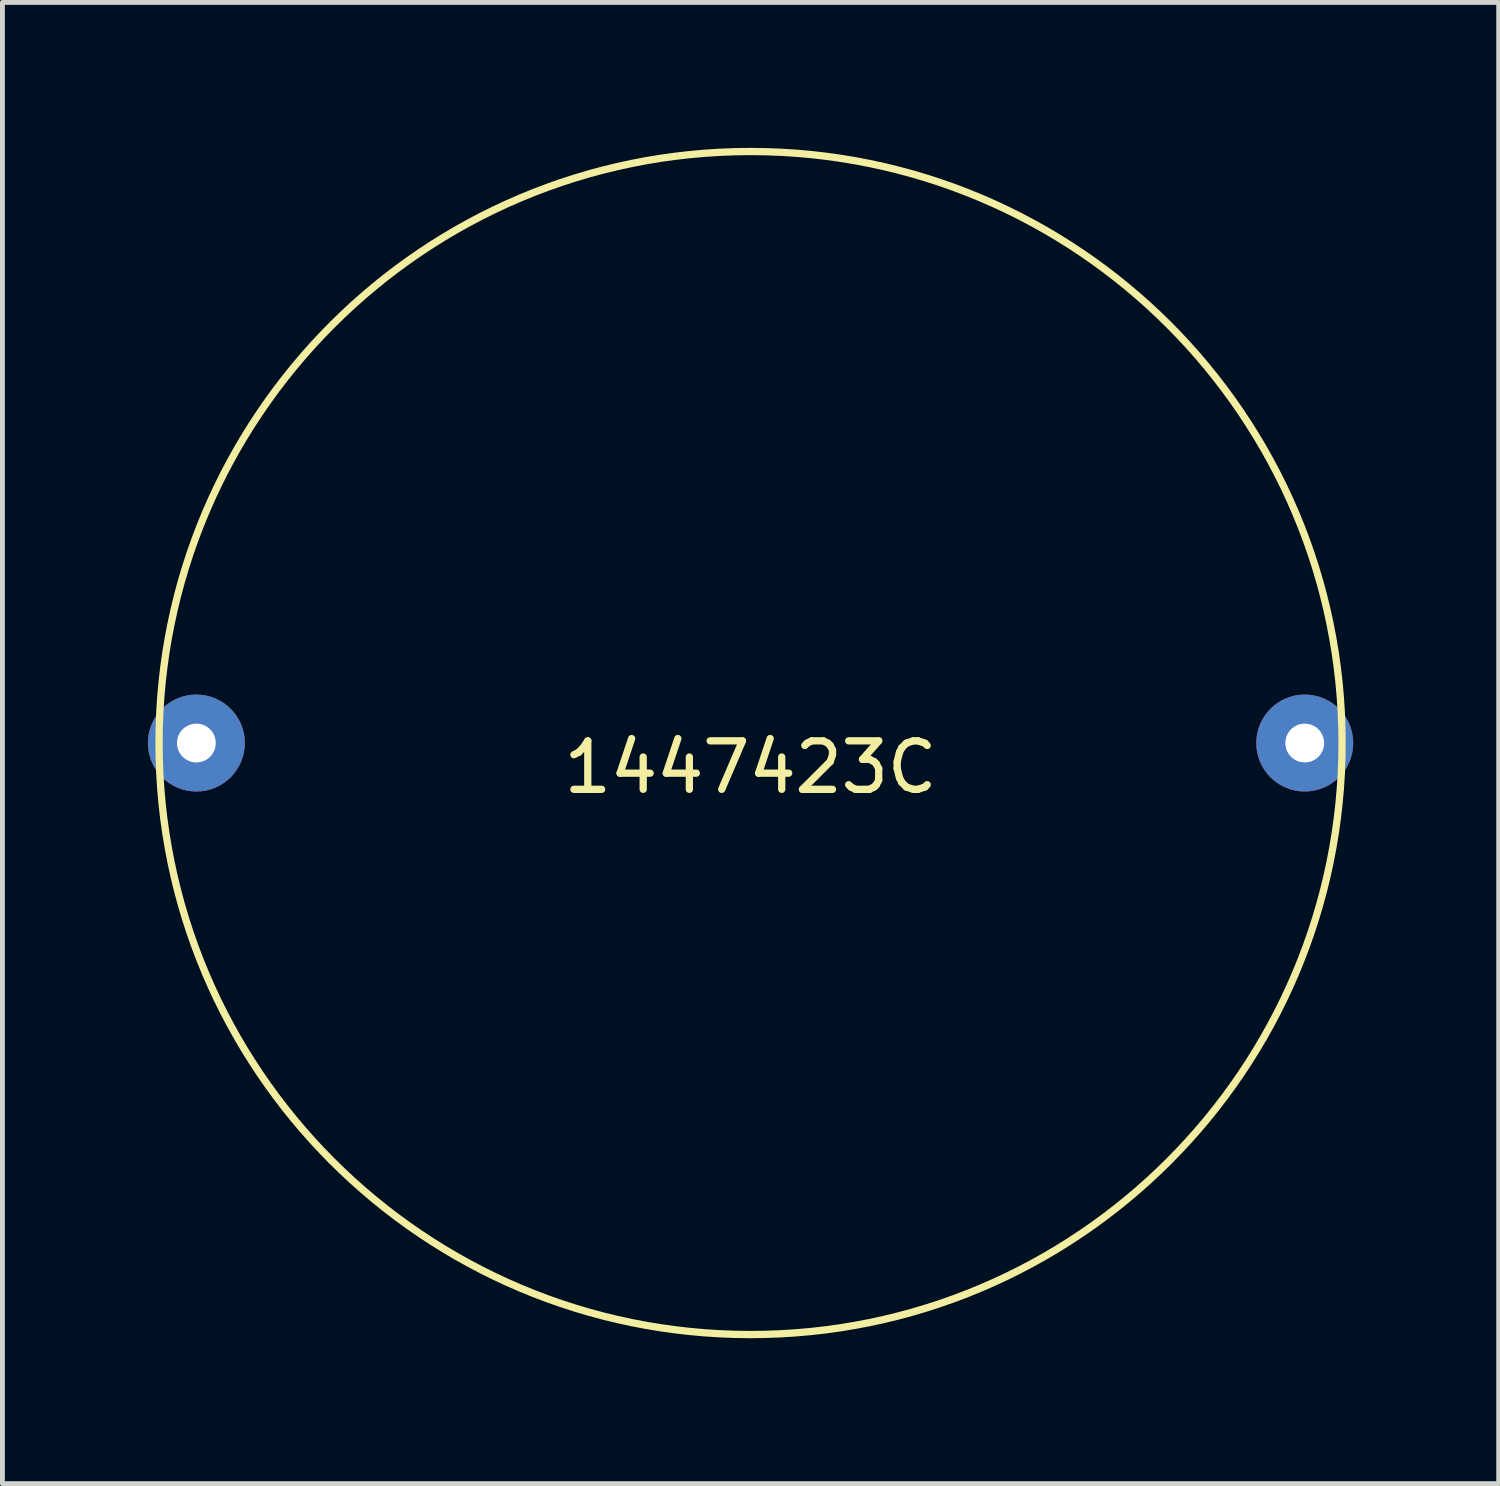
<source format=kicad_pcb>
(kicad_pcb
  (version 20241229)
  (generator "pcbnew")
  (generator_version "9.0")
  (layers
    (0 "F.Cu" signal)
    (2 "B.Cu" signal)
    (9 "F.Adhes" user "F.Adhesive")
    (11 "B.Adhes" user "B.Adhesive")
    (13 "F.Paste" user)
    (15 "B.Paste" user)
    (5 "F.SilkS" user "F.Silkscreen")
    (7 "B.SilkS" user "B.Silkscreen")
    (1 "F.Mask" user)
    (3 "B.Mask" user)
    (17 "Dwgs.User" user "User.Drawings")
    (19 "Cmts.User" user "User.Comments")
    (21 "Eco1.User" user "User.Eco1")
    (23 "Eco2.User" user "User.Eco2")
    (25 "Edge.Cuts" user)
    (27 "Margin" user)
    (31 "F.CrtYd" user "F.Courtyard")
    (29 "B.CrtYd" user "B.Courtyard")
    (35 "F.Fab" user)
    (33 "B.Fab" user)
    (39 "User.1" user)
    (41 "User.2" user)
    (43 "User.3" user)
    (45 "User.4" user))
  (footprint "1447423C"
    (layer "F.Cu")
    (at 12.43 12.275)
    (property "Reference" "1447423C" (at 0 0.5 0) (layer "F.SilkS") (effects (font (size 1 1) (thickness 0.15))))
    (attr through_hole)
    (fp_circle (center 0 0) (end 12.2 0) (stroke (width 0.15) (type solid)) (fill no) (layer "F.SilkS"))
    (pad "1" thru_hole circle (at 11.43 0) (size 2 2) (drill 0.8) (layers "*.Cu" "*.Mask"))
    (pad "2" thru_hole circle (at -11.43 0) (size 2 2) (drill 0.8) (layers "*.Cu" "*.Mask")))
  (gr_rect
    (start -3 -3)
    (end 27.86 27.55)
    (stroke (width 0.1) (type default))
    (fill no)
    (layer "Edge.Cuts")))
</source>
